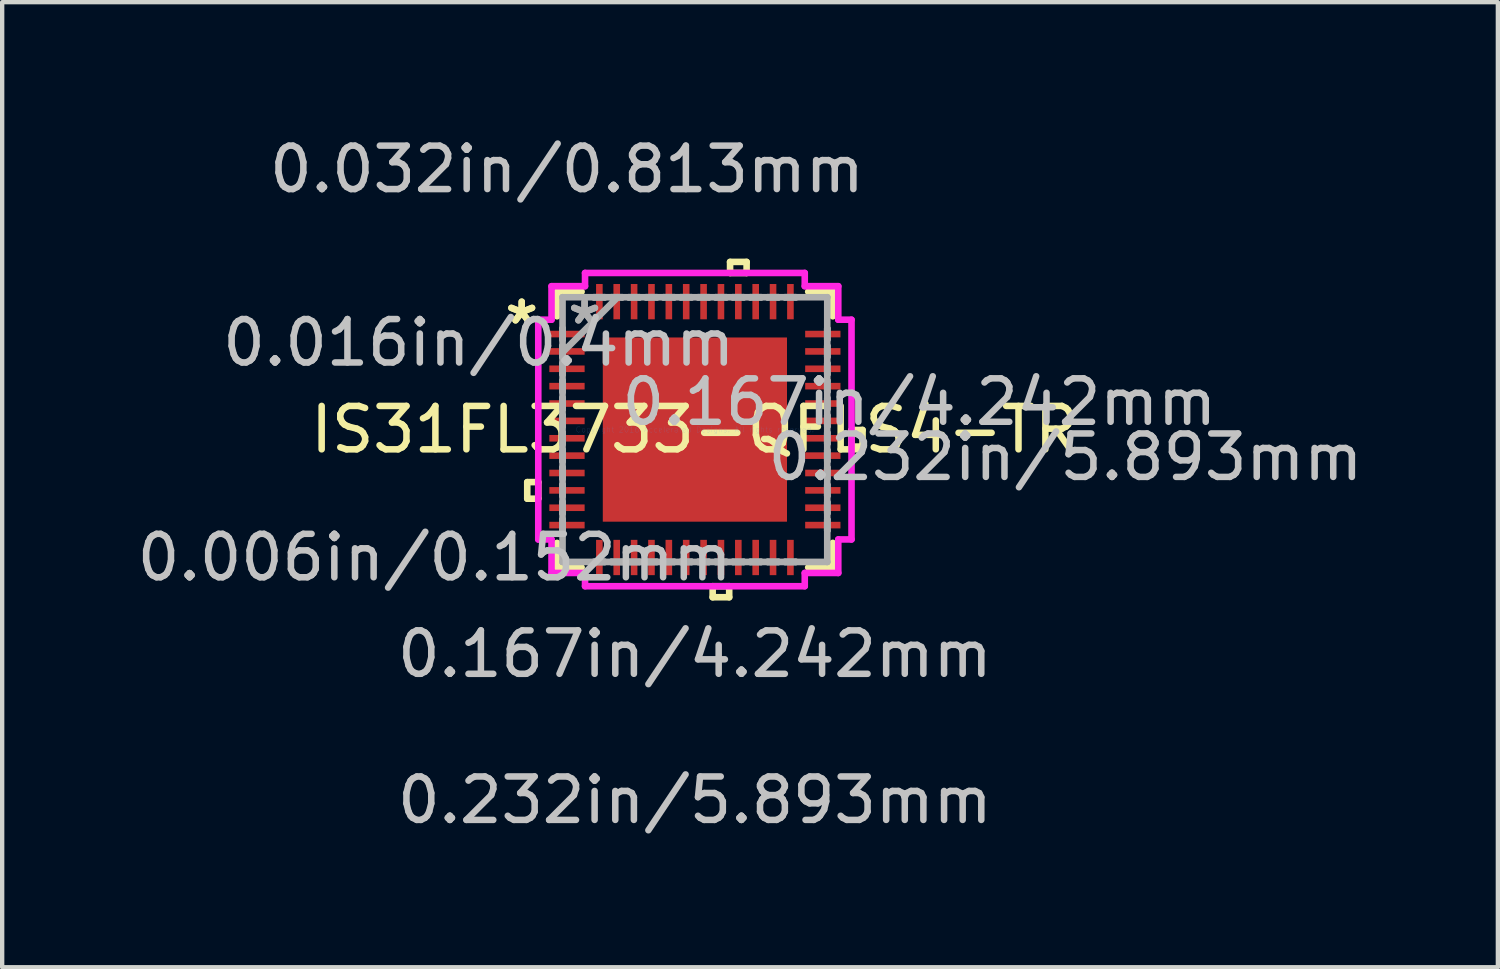
<source format=kicad_pcb>
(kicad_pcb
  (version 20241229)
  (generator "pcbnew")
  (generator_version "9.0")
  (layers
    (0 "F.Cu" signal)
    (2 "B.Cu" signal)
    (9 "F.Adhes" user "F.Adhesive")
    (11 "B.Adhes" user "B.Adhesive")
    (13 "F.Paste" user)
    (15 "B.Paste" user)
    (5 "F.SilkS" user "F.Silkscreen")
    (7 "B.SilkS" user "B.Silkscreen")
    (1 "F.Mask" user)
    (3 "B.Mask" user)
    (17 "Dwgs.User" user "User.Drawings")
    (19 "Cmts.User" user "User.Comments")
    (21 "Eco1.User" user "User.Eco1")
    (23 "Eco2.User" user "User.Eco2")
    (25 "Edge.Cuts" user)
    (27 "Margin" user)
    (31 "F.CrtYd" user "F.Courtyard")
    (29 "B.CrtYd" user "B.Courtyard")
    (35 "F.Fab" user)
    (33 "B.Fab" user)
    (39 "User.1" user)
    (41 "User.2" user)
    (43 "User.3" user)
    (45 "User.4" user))
  (footprint "IS31FL3733-QFLS4-TR"
    (layer "F.Cu")
    (at 12.953 6.843)
    (property "Reference" "IS31FL3733-QFLS4-TR" (at 0 0 0) (layer "F.SilkS") (effects (font (size 1 1) (thickness 0.15))))
    (attr through_hole)
    (fp_line (start -3.861 1.21) (end -3.861 1.591) (stroke (width 0.152) (type solid)) (layer "F.SilkS"))
    (fp_line (start -3.861 1.591) (end -3.607 1.591) (stroke (width 0.152) (type solid)) (layer "F.SilkS"))
    (fp_line (start -3.607 1.21) (end -3.861 1.21) (stroke (width 0.152) (type solid)) (layer "F.SilkS"))
    (fp_line (start -3.607 1.591) (end -3.607 1.21) (stroke (width 0.152) (type solid)) (layer "F.SilkS"))
    (fp_line (start -3.175 -3.175) (end -3.175 -2.609) (stroke (width 0.152) (type solid)) (layer "F.SilkS"))
    (fp_line (start -3.175 2.609) (end -3.175 3.175) (stroke (width 0.152) (type solid)) (layer "F.SilkS"))
    (fp_line (start -3.175 3.175) (end -2.609 3.175) (stroke (width 0.152) (type solid)) (layer "F.SilkS"))
    (fp_line (start -2.609 -3.175) (end -3.175 -3.175) (stroke (width 0.152) (type solid)) (layer "F.SilkS"))
    (fp_line (start 0.409 3.607) (end 0.409 3.861) (stroke (width 0.152) (type solid)) (layer "F.SilkS"))
    (fp_line (start 0.409 3.861) (end 0.79 3.861) (stroke (width 0.152) (type solid)) (layer "F.SilkS"))
    (fp_line (start 0.79 3.607) (end 0.409 3.607) (stroke (width 0.152) (type solid)) (layer "F.SilkS"))
    (fp_line (start 0.79 3.861) (end 0.79 3.607) (stroke (width 0.152) (type solid)) (layer "F.SilkS"))
    (fp_line (start 0.81 -3.861) (end 1.191 -3.861) (stroke (width 0.152) (type solid)) (layer "F.SilkS"))
    (fp_line (start 0.81 -3.607) (end 0.81 -3.861) (stroke (width 0.152) (type solid)) (layer "F.SilkS"))
    (fp_line (start 1.191 -3.861) (end 1.191 -3.607) (stroke (width 0.152) (type solid)) (layer "F.SilkS"))
    (fp_line (start 1.191 -3.607) (end 0.81 -3.607) (stroke (width 0.152) (type solid)) (layer "F.SilkS"))
    (fp_line (start 2.609 3.175) (end 3.175 3.175) (stroke (width 0.152) (type solid)) (layer "F.SilkS"))
    (fp_line (start 3.175 -3.175) (end 2.609 -3.175) (stroke (width 0.152) (type solid)) (layer "F.SilkS"))
    (fp_line (start 3.175 -2.609) (end 3.175 -3.175) (stroke (width 0.152) (type solid)) (layer "F.SilkS"))
    (fp_line (start 3.175 3.175) (end 3.175 2.609) (stroke (width 0.152) (type solid)) (layer "F.SilkS"))
    (fp_line (start 3.607 0.009) (end 3.861 0.009) (stroke (width 0.152) (type solid)) (layer "F.SilkS"))
    (fp_line (start 3.607 0.391) (end 3.607 0.009) (stroke (width 0.152) (type solid)) (layer "F.SilkS"))
    (fp_line (start 3.861 0.009) (end 3.861 0.391) (stroke (width 0.152) (type solid)) (layer "F.SilkS"))
    (fp_line (start 3.861 0.391) (end 3.607 0.391) (stroke (width 0.152) (type solid)) (layer "F.SilkS"))
    (fp_line (start -2.021 -2.021) (end -2.021 -0.807) (stroke (width 0.152) (type solid)) (layer "F.Paste"))
    (fp_line (start -2.021 -0.807) (end -0.807 -0.807) (stroke (width 0.152) (type solid)) (layer "F.Paste"))
    (fp_line (start -2.021 -0.607) (end -2.021 0.607) (stroke (width 0.152) (type solid)) (layer "F.Paste"))
    (fp_line (start -2.021 0.607) (end -0.807 0.607) (stroke (width 0.152) (type solid)) (layer "F.Paste"))
    (fp_line (start -2.021 0.807) (end -2.021 2.021) (stroke (width 0.152) (type solid)) (layer "F.Paste"))
    (fp_line (start -2.021 2.021) (end -0.807 2.021) (stroke (width 0.152) (type solid)) (layer "F.Paste"))
    (fp_line (start -0.807 -2.021) (end -2.021 -2.021) (stroke (width 0.152) (type solid)) (layer "F.Paste"))
    (fp_line (start -0.807 -0.807) (end -0.807 -2.021) (stroke (width 0.152) (type solid)) (layer "F.Paste"))
    (fp_line (start -0.807 -0.607) (end -2.021 -0.607) (stroke (width 0.152) (type solid)) (layer "F.Paste"))
    (fp_line (start -0.807 0.607) (end -0.807 -0.607) (stroke (width 0.152) (type solid)) (layer "F.Paste"))
    (fp_line (start -0.807 0.807) (end -2.021 0.807) (stroke (width 0.152) (type solid)) (layer "F.Paste"))
    (fp_line (start -0.807 2.021) (end -0.807 0.807) (stroke (width 0.152) (type solid)) (layer "F.Paste"))
    (fp_line (start -0.607 -2.021) (end -0.607 -0.807) (stroke (width 0.152) (type solid)) (layer "F.Paste"))
    (fp_line (start -0.607 -0.807) (end 0.607 -0.807) (stroke (width 0.152) (type solid)) (layer "F.Paste"))
    (fp_line (start -0.607 -0.607) (end -0.607 0.607) (stroke (width 0.152) (type solid)) (layer "F.Paste"))
    (fp_line (start -0.607 0.607) (end 0.607 0.607) (stroke (width 0.152) (type solid)) (layer "F.Paste"))
    (fp_line (start -0.607 0.807) (end -0.607 2.021) (stroke (width 0.152) (type solid)) (layer "F.Paste"))
    (fp_line (start -0.607 2.021) (end 0.607 2.021) (stroke (width 0.152) (type solid)) (layer "F.Paste"))
    (fp_line (start 0.607 -2.021) (end -0.607 -2.021) (stroke (width 0.152) (type solid)) (layer "F.Paste"))
    (fp_line (start 0.607 -0.807) (end 0.607 -2.021) (stroke (width 0.152) (type solid)) (layer "F.Paste"))
    (fp_line (start 0.607 -0.607) (end -0.607 -0.607) (stroke (width 0.152) (type solid)) (layer "F.Paste"))
    (fp_line (start 0.607 0.607) (end 0.607 -0.607) (stroke (width 0.152) (type solid)) (layer "F.Paste"))
    (fp_line (start 0.607 0.807) (end -0.607 0.807) (stroke (width 0.152) (type solid)) (layer "F.Paste"))
    (fp_line (start 0.607 2.021) (end 0.607 0.807) (stroke (width 0.152) (type solid)) (layer "F.Paste"))
    (fp_line (start 0.807 -2.021) (end 0.807 -0.807) (stroke (width 0.152) (type solid)) (layer "F.Paste"))
    (fp_line (start 0.807 -0.807) (end 2.021 -0.807) (stroke (width 0.152) (type solid)) (layer "F.Paste"))
    (fp_line (start 0.807 -0.607) (end 0.807 0.607) (stroke (width 0.152) (type solid)) (layer "F.Paste"))
    (fp_line (start 0.807 0.607) (end 2.021 0.607) (stroke (width 0.152) (type solid)) (layer "F.Paste"))
    (fp_line (start 0.807 0.807) (end 0.807 2.021) (stroke (width 0.152) (type solid)) (layer "F.Paste"))
    (fp_line (start 0.807 2.021) (end 2.021 2.021) (stroke (width 0.152) (type solid)) (layer "F.Paste"))
    (fp_line (start 2.021 -2.021) (end 0.807 -2.021) (stroke (width 0.152) (type solid)) (layer "F.Paste"))
    (fp_line (start 2.021 -0.807) (end 2.021 -2.021) (stroke (width 0.152) (type solid)) (layer "F.Paste"))
    (fp_line (start 2.021 -0.607) (end 0.807 -0.607) (stroke (width 0.152) (type solid)) (layer "F.Paste"))
    (fp_line (start 2.021 0.607) (end 2.021 -0.607) (stroke (width 0.152) (type solid)) (layer "F.Paste"))
    (fp_line (start 2.021 0.807) (end 0.807 0.807) (stroke (width 0.152) (type solid)) (layer "F.Paste"))
    (fp_line (start 2.021 2.021) (end 2.021 0.807) (stroke (width 0.152) (type solid)) (layer "F.Paste"))
    (fp_line (start -3.607 -2.53) (end -3.302 -2.53) (stroke (width 0.152) (type solid)) (layer "F.CrtYd"))
    (fp_line (start -3.607 2.53) (end -3.607 -2.53) (stroke (width 0.152) (type solid)) (layer "F.CrtYd"))
    (fp_line (start -3.302 -3.302) (end -2.53 -3.302) (stroke (width 0.152) (type solid)) (layer "F.CrtYd"))
    (fp_line (start -3.302 -2.53) (end -3.302 -3.302) (stroke (width 0.152) (type solid)) (layer "F.CrtYd"))
    (fp_line (start -3.302 2.53) (end -3.607 2.53) (stroke (width 0.152) (type solid)) (layer "F.CrtYd"))
    (fp_line (start -3.302 3.302) (end -3.302 2.53) (stroke (width 0.152) (type solid)) (layer "F.CrtYd"))
    (fp_line (start -2.53 -3.607) (end 2.53 -3.607) (stroke (width 0.152) (type solid)) (layer "F.CrtYd"))
    (fp_line (start -2.53 -3.302) (end -2.53 -3.607) (stroke (width 0.152) (type solid)) (layer "F.CrtYd"))
    (fp_line (start -2.53 3.302) (end -3.302 3.302) (stroke (width 0.152) (type solid)) (layer "F.CrtYd"))
    (fp_line (start -2.53 3.607) (end -2.53 3.302) (stroke (width 0.152) (type solid)) (layer "F.CrtYd"))
    (fp_line (start 2.53 -3.607) (end 2.53 -3.302) (stroke (width 0.152) (type solid)) (layer "F.CrtYd"))
    (fp_line (start 2.53 -3.302) (end 3.302 -3.302) (stroke (width 0.152) (type solid)) (layer "F.CrtYd"))
    (fp_line (start 2.53 3.302) (end 2.53 3.607) (stroke (width 0.152) (type solid)) (layer "F.CrtYd"))
    (fp_line (start 2.53 3.607) (end -2.53 3.607) (stroke (width 0.152) (type solid)) (layer "F.CrtYd"))
    (fp_line (start 3.302 -3.302) (end 3.302 -2.53) (stroke (width 0.152) (type solid)) (layer "F.CrtYd"))
    (fp_line (start 3.302 -2.53) (end 3.607 -2.53) (stroke (width 0.152) (type solid)) (layer "F.CrtYd"))
    (fp_line (start 3.302 2.53) (end 3.302 3.302) (stroke (width 0.152) (type solid)) (layer "F.CrtYd"))
    (fp_line (start 3.302 3.302) (end 2.53 3.302) (stroke (width 0.152) (type solid)) (layer "F.CrtYd"))
    (fp_line (start 3.607 -2.53) (end 3.607 2.53) (stroke (width 0.152) (type solid)) (layer "F.CrtYd"))
    (fp_line (start 3.607 2.53) (end 3.302 2.53) (stroke (width 0.152) (type solid)) (layer "F.CrtYd"))
    (fp_line (start -3.048 -3.048) (end -3.048 -3.048) (stroke (width 0.152) (type solid)) (layer "F.Fab"))
    (fp_line (start -3.048 -3.048) (end -3.048 3.048) (stroke (width 0.152) (type solid)) (layer "F.Fab"))
    (fp_line (start -3.048 -2.327) (end -3.048 -2.327) (stroke (width 0.152) (type solid)) (layer "F.Fab"))
    (fp_line (start -3.048 -2.327) (end -3.048 -2.073) (stroke (width 0.152) (type solid)) (layer "F.Fab"))
    (fp_line (start -3.048 -2.073) (end -3.048 -2.327) (stroke (width 0.152) (type solid)) (layer "F.Fab"))
    (fp_line (start -3.048 -2.073) (end -3.048 -2.073) (stroke (width 0.152) (type solid)) (layer "F.Fab"))
    (fp_line (start -3.048 -1.927) (end -3.048 -1.927) (stroke (width 0.152) (type solid)) (layer "F.Fab"))
    (fp_line (start -3.048 -1.927) (end -3.048 -1.673) (stroke (width 0.152) (type solid)) (layer "F.Fab"))
    (fp_line (start -3.048 -1.778) (end -1.778 -3.048) (stroke (width 0.152) (type solid)) (layer "F.Fab"))
    (fp_line (start -3.048 -1.673) (end -3.048 -1.927) (stroke (width 0.152) (type solid)) (layer "F.Fab"))
    (fp_line (start -3.048 -1.673) (end -3.048 -1.673) (stroke (width 0.152) (type solid)) (layer "F.Fab"))
    (fp_line (start -3.048 -1.527) (end -3.048 -1.527) (stroke (width 0.152) (type solid)) (layer "F.Fab"))
    (fp_line (start -3.048 -1.527) (end -3.048 -1.273) (stroke (width 0.152) (type solid)) (layer "F.Fab"))
    (fp_line (start -3.048 -1.273) (end -3.048 -1.527) (stroke (width 0.152) (type solid)) (layer "F.Fab"))
    (fp_line (start -3.048 -1.273) (end -3.048 -1.273) (stroke (width 0.152) (type solid)) (layer "F.Fab"))
    (fp_line (start -3.048 -1.127) (end -3.048 -1.127) (stroke (width 0.152) (type solid)) (layer "F.Fab"))
    (fp_line (start -3.048 -1.127) (end -3.048 -0.873) (stroke (width 0.152) (type solid)) (layer "F.Fab"))
    (fp_line (start -3.048 -0.873) (end -3.048 -1.127) (stroke (width 0.152) (type solid)) (layer "F.Fab"))
    (fp_line (start -3.048 -0.873) (end -3.048 -0.873) (stroke (width 0.152) (type solid)) (layer "F.Fab"))
    (fp_line (start -3.048 -0.727) (end -3.048 -0.727) (stroke (width 0.152) (type solid)) (layer "F.Fab"))
    (fp_line (start -3.048 -0.727) (end -3.048 -0.473) (stroke (width 0.152) (type solid)) (layer "F.Fab"))
    (fp_line (start -3.048 -0.473) (end -3.048 -0.727) (stroke (width 0.152) (type solid)) (layer "F.Fab"))
    (fp_line (start -3.048 -0.473) (end -3.048 -0.473) (stroke (width 0.152) (type solid)) (layer "F.Fab"))
    (fp_line (start -3.048 -0.327) (end -3.048 -0.327) (stroke (width 0.152) (type solid)) (layer "F.Fab"))
    (fp_line (start -3.048 -0.327) (end -3.048 -0.073) (stroke (width 0.152) (type solid)) (layer "F.Fab"))
    (fp_line (start -3.048 -0.073) (end -3.048 -0.327) (stroke (width 0.152) (type solid)) (layer "F.Fab"))
    (fp_line (start -3.048 -0.073) (end -3.048 -0.073) (stroke (width 0.152) (type solid)) (layer "F.Fab"))
    (fp_line (start -3.048 0.073) (end -3.048 0.073) (stroke (width 0.152) (type solid)) (layer "F.Fab"))
    (fp_line (start -3.048 0.073) (end -3.048 0.327) (stroke (width 0.152) (type solid)) (layer "F.Fab"))
    (fp_line (start -3.048 0.327) (end -3.048 0.073) (stroke (width 0.152) (type solid)) (layer "F.Fab"))
    (fp_line (start -3.048 0.327) (end -3.048 0.327) (stroke (width 0.152) (type solid)) (layer "F.Fab"))
    (fp_line (start -3.048 0.473) (end -3.048 0.473) (stroke (width 0.152) (type solid)) (layer "F.Fab"))
    (fp_line (start -3.048 0.473) (end -3.048 0.727) (stroke (width 0.152) (type solid)) (layer "F.Fab"))
    (fp_line (start -3.048 0.727) (end -3.048 0.473) (stroke (width 0.152) (type solid)) (layer "F.Fab"))
    (fp_line (start -3.048 0.727) (end -3.048 0.727) (stroke (width 0.152) (type solid)) (layer "F.Fab"))
    (fp_line (start -3.048 0.873) (end -3.048 0.873) (stroke (width 0.152) (type solid)) (layer "F.Fab"))
    (fp_line (start -3.048 0.873) (end -3.048 1.127) (stroke (width 0.152) (type solid)) (layer "F.Fab"))
    (fp_line (start -3.048 1.127) (end -3.048 0.873) (stroke (width 0.152) (type solid)) (layer "F.Fab"))
    (fp_line (start -3.048 1.127) (end -3.048 1.127) (stroke (width 0.152) (type solid)) (layer "F.Fab"))
    (fp_line (start -3.048 1.273) (end -3.048 1.273) (stroke (width 0.152) (type solid)) (layer "F.Fab"))
    (fp_line (start -3.048 1.273) (end -3.048 1.527) (stroke (width 0.152) (type solid)) (layer "F.Fab"))
    (fp_line (start -3.048 1.527) (end -3.048 1.273) (stroke (width 0.152) (type solid)) (layer "F.Fab"))
    (fp_line (start -3.048 1.527) (end -3.048 1.527) (stroke (width 0.152) (type solid)) (layer "F.Fab"))
    (fp_line (start -3.048 1.673) (end -3.048 1.673) (stroke (width 0.152) (type solid)) (layer "F.Fab"))
    (fp_line (start -3.048 1.673) (end -3.048 1.927) (stroke (width 0.152) (type solid)) (layer "F.Fab"))
    (fp_line (start -3.048 1.927) (end -3.048 1.673) (stroke (width 0.152) (type solid)) (layer "F.Fab"))
    (fp_line (start -3.048 1.927) (end -3.048 1.927) (stroke (width 0.152) (type solid)) (layer "F.Fab"))
    (fp_line (start -3.048 2.073) (end -3.048 2.073) (stroke (width 0.152) (type solid)) (layer "F.Fab"))
    (fp_line (start -3.048 2.073) (end -3.048 2.327) (stroke (width 0.152) (type solid)) (layer "F.Fab"))
    (fp_line (start -3.048 2.327) (end -3.048 2.073) (stroke (width 0.152) (type solid)) (layer "F.Fab"))
    (fp_line (start -3.048 2.327) (end -3.048 2.327) (stroke (width 0.152) (type solid)) (layer "F.Fab"))
    (fp_line (start -3.048 3.048) (end -3.048 3.048) (stroke (width 0.152) (type solid)) (layer "F.Fab"))
    (fp_line (start -3.048 3.048) (end 3.048 3.048) (stroke (width 0.152) (type solid)) (layer "F.Fab"))
    (fp_line (start -2.327 -3.048) (end -2.327 -3.048) (stroke (width 0.152) (type solid)) (layer "F.Fab"))
    (fp_line (start -2.327 -3.048) (end -2.073 -3.048) (stroke (width 0.152) (type solid)) (layer "F.Fab"))
    (fp_line (start -2.327 3.048) (end -2.327 3.048) (stroke (width 0.152) (type solid)) (layer "F.Fab"))
    (fp_line (start -2.327 3.048) (end -2.073 3.048) (stroke (width 0.152) (type solid)) (layer "F.Fab"))
    (fp_line (start -2.073 -3.048) (end -2.327 -3.048) (stroke (width 0.152) (type solid)) (layer "F.Fab"))
    (fp_line (start -2.073 -3.048) (end -2.073 -3.048) (stroke (width 0.152) (type solid)) (layer "F.Fab"))
    (fp_line (start -2.073 3.048) (end -2.327 3.048) (stroke (width 0.152) (type solid)) (layer "F.Fab"))
    (fp_line (start -2.073 3.048) (end -2.073 3.048) (stroke (width 0.152) (type solid)) (layer "F.Fab"))
    (fp_line (start -1.927 -3.048) (end -1.927 -3.048) (stroke (width 0.152) (type solid)) (layer "F.Fab"))
    (fp_line (start -1.927 -3.048) (end -1.673 -3.048) (stroke (width 0.152) (type solid)) (layer "F.Fab"))
    (fp_line (start -1.927 3.048) (end -1.927 3.048) (stroke (width 0.152) (type solid)) (layer "F.Fab"))
    (fp_line (start -1.927 3.048) (end -1.673 3.048) (stroke (width 0.152) (type solid)) (layer "F.Fab"))
    (fp_line (start -1.673 -3.048) (end -1.927 -3.048) (stroke (width 0.152) (type solid)) (layer "F.Fab"))
    (fp_line (start -1.673 -3.048) (end -1.673 -3.048) (stroke (width 0.152) (type solid)) (layer "F.Fab"))
    (fp_line (start -1.673 3.048) (end -1.927 3.048) (stroke (width 0.152) (type solid)) (layer "F.Fab"))
    (fp_line (start -1.673 3.048) (end -1.673 3.048) (stroke (width 0.152) (type solid)) (layer "F.Fab"))
    (fp_line (start -1.527 -3.048) (end -1.527 -3.048) (stroke (width 0.152) (type solid)) (layer "F.Fab"))
    (fp_line (start -1.527 -3.048) (end -1.273 -3.048) (stroke (width 0.152) (type solid)) (layer "F.Fab"))
    (fp_line (start -1.527 3.048) (end -1.527 3.048) (stroke (width 0.152) (type solid)) (layer "F.Fab"))
    (fp_line (start -1.527 3.048) (end -1.273 3.048) (stroke (width 0.152) (type solid)) (layer "F.Fab"))
    (fp_line (start -1.273 -3.048) (end -1.527 -3.048) (stroke (width 0.152) (type solid)) (layer "F.Fab"))
    (fp_line (start -1.273 -3.048) (end -1.273 -3.048) (stroke (width 0.152) (type solid)) (layer "F.Fab"))
    (fp_line (start -1.273 3.048) (end -1.527 3.048) (stroke (width 0.152) (type solid)) (layer "F.Fab"))
    (fp_line (start -1.273 3.048) (end -1.273 3.048) (stroke (width 0.152) (type solid)) (layer "F.Fab"))
    (fp_line (start -1.127 -3.048) (end -1.127 -3.048) (stroke (width 0.152) (type solid)) (layer "F.Fab"))
    (fp_line (start -1.127 -3.048) (end -0.873 -3.048) (stroke (width 0.152) (type solid)) (layer "F.Fab"))
    (fp_line (start -1.127 3.048) (end -1.127 3.048) (stroke (width 0.152) (type solid)) (layer "F.Fab"))
    (fp_line (start -1.127 3.048) (end -0.873 3.048) (stroke (width 0.152) (type solid)) (layer "F.Fab"))
    (fp_line (start -0.873 -3.048) (end -1.127 -3.048) (stroke (width 0.152) (type solid)) (layer "F.Fab"))
    (fp_line (start -0.873 -3.048) (end -0.873 -3.048) (stroke (width 0.152) (type solid)) (layer "F.Fab"))
    (fp_line (start -0.873 3.048) (end -1.127 3.048) (stroke (width 0.152) (type solid)) (layer "F.Fab"))
    (fp_line (start -0.873 3.048) (end -0.873 3.048) (stroke (width 0.152) (type solid)) (layer "F.Fab"))
    (fp_line (start -0.727 -3.048) (end -0.727 -3.048) (stroke (width 0.152) (type solid)) (layer "F.Fab"))
    (fp_line (start -0.727 -3.048) (end -0.473 -3.048) (stroke (width 0.152) (type solid)) (layer "F.Fab"))
    (fp_line (start -0.727 3.048) (end -0.727 3.048) (stroke (width 0.152) (type solid)) (layer "F.Fab"))
    (fp_line (start -0.727 3.048) (end -0.473 3.048) (stroke (width 0.152) (type solid)) (layer "F.Fab"))
    (fp_line (start -0.473 -3.048) (end -0.727 -3.048) (stroke (width 0.152) (type solid)) (layer "F.Fab"))
    (fp_line (start -0.473 -3.048) (end -0.473 -3.048) (stroke (width 0.152) (type solid)) (layer "F.Fab"))
    (fp_line (start -0.473 3.048) (end -0.727 3.048) (stroke (width 0.152) (type solid)) (layer "F.Fab"))
    (fp_line (start -0.473 3.048) (end -0.473 3.048) (stroke (width 0.152) (type solid)) (layer "F.Fab"))
    (fp_line (start -0.327 -3.048) (end -0.327 -3.048) (stroke (width 0.152) (type solid)) (layer "F.Fab"))
    (fp_line (start -0.327 -3.048) (end -0.073 -3.048) (stroke (width 0.152) (type solid)) (layer "F.Fab"))
    (fp_line (start -0.327 3.048) (end -0.327 3.048) (stroke (width 0.152) (type solid)) (layer "F.Fab"))
    (fp_line (start -0.327 3.048) (end -0.073 3.048) (stroke (width 0.152) (type solid)) (layer "F.Fab"))
    (fp_line (start -0.073 -3.048) (end -0.327 -3.048) (stroke (width 0.152) (type solid)) (layer "F.Fab"))
    (fp_line (start -0.073 -3.048) (end -0.073 -3.048) (stroke (width 0.152) (type solid)) (layer "F.Fab"))
    (fp_line (start -0.073 3.048) (end -0.327 3.048) (stroke (width 0.152) (type solid)) (layer "F.Fab"))
    (fp_line (start -0.073 3.048) (end -0.073 3.048) (stroke (width 0.152) (type solid)) (layer "F.Fab"))
    (fp_line (start 0.073 -3.048) (end 0.073 -3.048) (stroke (width 0.152) (type solid)) (layer "F.Fab"))
    (fp_line (start 0.073 -3.048) (end 0.327 -3.048) (stroke (width 0.152) (type solid)) (layer "F.Fab"))
    (fp_line (start 0.073 3.048) (end 0.073 3.048) (stroke (width 0.152) (type solid)) (layer "F.Fab"))
    (fp_line (start 0.073 3.048) (end 0.327 3.048) (stroke (width 0.152) (type solid)) (layer "F.Fab"))
    (fp_line (start 0.327 -3.048) (end 0.073 -3.048) (stroke (width 0.152) (type solid)) (layer "F.Fab"))
    (fp_line (start 0.327 -3.048) (end 0.327 -3.048) (stroke (width 0.152) (type solid)) (layer "F.Fab"))
    (fp_line (start 0.327 3.048) (end 0.073 3.048) (stroke (width 0.152) (type solid)) (layer "F.Fab"))
    (fp_line (start 0.327 3.048) (end 0.327 3.048) (stroke (width 0.152) (type solid)) (layer "F.Fab"))
    (fp_line (start 0.473 -3.048) (end 0.473 -3.048) (stroke (width 0.152) (type solid)) (layer "F.Fab"))
    (fp_line (start 0.473 -3.048) (end 0.727 -3.048) (stroke (width 0.152) (type solid)) (layer "F.Fab"))
    (fp_line (start 0.473 3.048) (end 0.473 3.048) (stroke (width 0.152) (type solid)) (layer "F.Fab"))
    (fp_line (start 0.473 3.048) (end 0.727 3.048) (stroke (width 0.152) (type solid)) (layer "F.Fab"))
    (fp_line (start 0.727 -3.048) (end 0.473 -3.048) (stroke (width 0.152) (type solid)) (layer "F.Fab"))
    (fp_line (start 0.727 -3.048) (end 0.727 -3.048) (stroke (width 0.152) (type solid)) (layer "F.Fab"))
    (fp_line (start 0.727 3.048) (end 0.473 3.048) (stroke (width 0.152) (type solid)) (layer "F.Fab"))
    (fp_line (start 0.727 3.048) (end 0.727 3.048) (stroke (width 0.152) (type solid)) (layer "F.Fab"))
    (fp_line (start 0.873 -3.048) (end 0.873 -3.048) (stroke (width 0.152) (type solid)) (layer "F.Fab"))
    (fp_line (start 0.873 -3.048) (end 1.127 -3.048) (stroke (width 0.152) (type solid)) (layer "F.Fab"))
    (fp_line (start 0.873 3.048) (end 0.873 3.048) (stroke (width 0.152) (type solid)) (layer "F.Fab"))
    (fp_line (start 0.873 3.048) (end 1.127 3.048) (stroke (width 0.152) (type solid)) (layer "F.Fab"))
    (fp_line (start 1.127 -3.048) (end 0.873 -3.048) (stroke (width 0.152) (type solid)) (layer "F.Fab"))
    (fp_line (start 1.127 -3.048) (end 1.127 -3.048) (stroke (width 0.152) (type solid)) (layer "F.Fab"))
    (fp_line (start 1.127 3.048) (end 0.873 3.048) (stroke (width 0.152) (type solid)) (layer "F.Fab"))
    (fp_line (start 1.127 3.048) (end 1.127 3.048) (stroke (width 0.152) (type solid)) (layer "F.Fab"))
    (fp_line (start 1.273 -3.048) (end 1.273 -3.048) (stroke (width 0.152) (type solid)) (layer "F.Fab"))
    (fp_line (start 1.273 -3.048) (end 1.527 -3.048) (stroke (width 0.152) (type solid)) (layer "F.Fab"))
    (fp_line (start 1.273 3.048) (end 1.273 3.048) (stroke (width 0.152) (type solid)) (layer "F.Fab"))
    (fp_line (start 1.273 3.048) (end 1.527 3.048) (stroke (width 0.152) (type solid)) (layer "F.Fab"))
    (fp_line (start 1.527 -3.048) (end 1.273 -3.048) (stroke (width 0.152) (type solid)) (layer "F.Fab"))
    (fp_line (start 1.527 -3.048) (end 1.527 -3.048) (stroke (width 0.152) (type solid)) (layer "F.Fab"))
    (fp_line (start 1.527 3.048) (end 1.273 3.048) (stroke (width 0.152) (type solid)) (layer "F.Fab"))
    (fp_line (start 1.527 3.048) (end 1.527 3.048) (stroke (width 0.152) (type solid)) (layer "F.Fab"))
    (fp_line (start 1.673 -3.048) (end 1.673 -3.048) (stroke (width 0.152) (type solid)) (layer "F.Fab"))
    (fp_line (start 1.673 -3.048) (end 1.927 -3.048) (stroke (width 0.152) (type solid)) (layer "F.Fab"))
    (fp_line (start 1.673 3.048) (end 1.673 3.048) (stroke (width 0.152) (type solid)) (layer "F.Fab"))
    (fp_line (start 1.673 3.048) (end 1.927 3.048) (stroke (width 0.152) (type solid)) (layer "F.Fab"))
    (fp_line (start 1.927 -3.048) (end 1.673 -3.048) (stroke (width 0.152) (type solid)) (layer "F.Fab"))
    (fp_line (start 1.927 -3.048) (end 1.927 -3.048) (stroke (width 0.152) (type solid)) (layer "F.Fab"))
    (fp_line (start 1.927 3.048) (end 1.673 3.048) (stroke (width 0.152) (type solid)) (layer "F.Fab"))
    (fp_line (start 1.927 3.048) (end 1.927 3.048) (stroke (width 0.152) (type solid)) (layer "F.Fab"))
    (fp_line (start 2.073 -3.048) (end 2.073 -3.048) (stroke (width 0.152) (type solid)) (layer "F.Fab"))
    (fp_line (start 2.073 -3.048) (end 2.327 -3.048) (stroke (width 0.152) (type solid)) (layer "F.Fab"))
    (fp_line (start 2.073 3.048) (end 2.073 3.048) (stroke (width 0.152) (type solid)) (layer "F.Fab"))
    (fp_line (start 2.073 3.048) (end 2.327 3.048) (stroke (width 0.152) (type solid)) (layer "F.Fab"))
    (fp_line (start 2.327 -3.048) (end 2.073 -3.048) (stroke (width 0.152) (type solid)) (layer "F.Fab"))
    (fp_line (start 2.327 -3.048) (end 2.327 -3.048) (stroke (width 0.152) (type solid)) (layer "F.Fab"))
    (fp_line (start 2.327 3.048) (end 2.073 3.048) (stroke (width 0.152) (type solid)) (layer "F.Fab"))
    (fp_line (start 2.327 3.048) (end 2.327 3.048) (stroke (width 0.152) (type solid)) (layer "F.Fab"))
    (fp_line (start 3.048 -3.048) (end -3.048 -3.048) (stroke (width 0.152) (type solid)) (layer "F.Fab"))
    (fp_line (start 3.048 -3.048) (end 3.048 -3.048) (stroke (width 0.152) (type solid)) (layer "F.Fab"))
    (fp_line (start 3.048 -2.327) (end 3.048 -2.327) (stroke (width 0.152) (type solid)) (layer "F.Fab"))
    (fp_line (start 3.048 -2.327) (end 3.048 -2.073) (stroke (width 0.152) (type solid)) (layer "F.Fab"))
    (fp_line (start 3.048 -2.073) (end 3.048 -2.327) (stroke (width 0.152) (type solid)) (layer "F.Fab"))
    (fp_line (start 3.048 -2.073) (end 3.048 -2.073) (stroke (width 0.152) (type solid)) (layer "F.Fab"))
    (fp_line (start 3.048 -1.927) (end 3.048 -1.927) (stroke (width 0.152) (type solid)) (layer "F.Fab"))
    (fp_line (start 3.048 -1.927) (end 3.048 -1.673) (stroke (width 0.152) (type solid)) (layer "F.Fab"))
    (fp_line (start 3.048 -1.673) (end 3.048 -1.927) (stroke (width 0.152) (type solid)) (layer "F.Fab"))
    (fp_line (start 3.048 -1.673) (end 3.048 -1.673) (stroke (width 0.152) (type solid)) (layer "F.Fab"))
    (fp_line (start 3.048 -1.527) (end 3.048 -1.527) (stroke (width 0.152) (type solid)) (layer "F.Fab"))
    (fp_line (start 3.048 -1.527) (end 3.048 -1.273) (stroke (width 0.152) (type solid)) (layer "F.Fab"))
    (fp_line (start 3.048 -1.273) (end 3.048 -1.527) (stroke (width 0.152) (type solid)) (layer "F.Fab"))
    (fp_line (start 3.048 -1.273) (end 3.048 -1.273) (stroke (width 0.152) (type solid)) (layer "F.Fab"))
    (fp_line (start 3.048 -1.127) (end 3.048 -1.127) (stroke (width 0.152) (type solid)) (layer "F.Fab"))
    (fp_line (start 3.048 -1.127) (end 3.048 -0.873) (stroke (width 0.152) (type solid)) (layer "F.Fab"))
    (fp_line (start 3.048 -0.873) (end 3.048 -1.127) (stroke (width 0.152) (type solid)) (layer "F.Fab"))
    (fp_line (start 3.048 -0.873) (end 3.048 -0.873) (stroke (width 0.152) (type solid)) (layer "F.Fab"))
    (fp_line (start 3.048 -0.727) (end 3.048 -0.727) (stroke (width 0.152) (type solid)) (layer "F.Fab"))
    (fp_line (start 3.048 -0.727) (end 3.048 -0.473) (stroke (width 0.152) (type solid)) (layer "F.Fab"))
    (fp_line (start 3.048 -0.473) (end 3.048 -0.727) (stroke (width 0.152) (type solid)) (layer "F.Fab"))
    (fp_line (start 3.048 -0.473) (end 3.048 -0.473) (stroke (width 0.152) (type solid)) (layer "F.Fab"))
    (fp_line (start 3.048 -0.327) (end 3.048 -0.327) (stroke (width 0.152) (type solid)) (layer "F.Fab"))
    (fp_line (start 3.048 -0.327) (end 3.048 -0.073) (stroke (width 0.152) (type solid)) (layer "F.Fab"))
    (fp_line (start 3.048 -0.073) (end 3.048 -0.327) (stroke (width 0.152) (type solid)) (layer "F.Fab"))
    (fp_line (start 3.048 -0.073) (end 3.048 -0.073) (stroke (width 0.152) (type solid)) (layer "F.Fab"))
    (fp_line (start 3.048 0.073) (end 3.048 0.073) (stroke (width 0.152) (type solid)) (layer "F.Fab"))
    (fp_line (start 3.048 0.073) (end 3.048 0.327) (stroke (width 0.152) (type solid)) (layer "F.Fab"))
    (fp_line (start 3.048 0.327) (end 3.048 0.073) (stroke (width 0.152) (type solid)) (layer "F.Fab"))
    (fp_line (start 3.048 0.327) (end 3.048 0.327) (stroke (width 0.152) (type solid)) (layer "F.Fab"))
    (fp_line (start 3.048 0.473) (end 3.048 0.473) (stroke (width 0.152) (type solid)) (layer "F.Fab"))
    (fp_line (start 3.048 0.473) (end 3.048 0.727) (stroke (width 0.152) (type solid)) (layer "F.Fab"))
    (fp_line (start 3.048 0.727) (end 3.048 0.473) (stroke (width 0.152) (type solid)) (layer "F.Fab"))
    (fp_line (start 3.048 0.727) (end 3.048 0.727) (stroke (width 0.152) (type solid)) (layer "F.Fab"))
    (fp_line (start 3.048 0.873) (end 3.048 0.873) (stroke (width 0.152) (type solid)) (layer "F.Fab"))
    (fp_line (start 3.048 0.873) (end 3.048 1.127) (stroke (width 0.152) (type solid)) (layer "F.Fab"))
    (fp_line (start 3.048 1.127) (end 3.048 0.873) (stroke (width 0.152) (type solid)) (layer "F.Fab"))
    (fp_line (start 3.048 1.127) (end 3.048 1.127) (stroke (width 0.152) (type solid)) (layer "F.Fab"))
    (fp_line (start 3.048 1.273) (end 3.048 1.273) (stroke (width 0.152) (type solid)) (layer "F.Fab"))
    (fp_line (start 3.048 1.273) (end 3.048 1.527) (stroke (width 0.152) (type solid)) (layer "F.Fab"))
    (fp_line (start 3.048 1.527) (end 3.048 1.273) (stroke (width 0.152) (type solid)) (layer "F.Fab"))
    (fp_line (start 3.048 1.527) (end 3.048 1.527) (stroke (width 0.152) (type solid)) (layer "F.Fab"))
    (fp_line (start 3.048 1.673) (end 3.048 1.673) (stroke (width 0.152) (type solid)) (layer "F.Fab"))
    (fp_line (start 3.048 1.673) (end 3.048 1.927) (stroke (width 0.152) (type solid)) (layer "F.Fab"))
    (fp_line (start 3.048 1.927) (end 3.048 1.673) (stroke (width 0.152) (type solid)) (layer "F.Fab"))
    (fp_line (start 3.048 1.927) (end 3.048 1.927) (stroke (width 0.152) (type solid)) (layer "F.Fab"))
    (fp_line (start 3.048 2.073) (end 3.048 2.073) (stroke (width 0.152) (type solid)) (layer "F.Fab"))
    (fp_line (start 3.048 2.073) (end 3.048 2.327) (stroke (width 0.152) (type solid)) (layer "F.Fab"))
    (fp_line (start 3.048 2.327) (end 3.048 2.073) (stroke (width 0.152) (type solid)) (layer "F.Fab"))
    (fp_line (start 3.048 2.327) (end 3.048 2.327) (stroke (width 0.152) (type solid)) (layer "F.Fab"))
    (fp_line (start 3.048 3.048) (end 3.048 -3.048) (stroke (width 0.152) (type solid)) (layer "F.Fab"))
    (fp_line (start 3.048 3.048) (end 3.048 3.048) (stroke (width 0.152) (type solid)) (layer "F.Fab"))
    (fp_text user "*" (at -3.988 -2.4 0) (layer "F.SilkS") (effects (font (size 1 1) (thickness 0.15))))
    (fp_text user "*" (at -3.988 -2.4 0) (layer "F.SilkS") (effects (font (size 1 1) (thickness 0.15))))
    (fp_text user "0.016in/0.4mm" (at -4.978 -2 0) (layer "Dwgs.User") (effects (font (size 1 1) (thickness 0.15))))
    (fp_text user "0.167in/4.242mm" (at 5.169 -0.635 0) (layer "Dwgs.User") (effects (font (size 1 1) (thickness 0.15))))
    (fp_text user "0.006in/0.152mm" (at -5.994 2.946 0) (layer "Dwgs.User") (effects (font (size 1 1) (thickness 0.15))))
    (fp_text user "0.232in/5.893mm" (at 8.534 0.635 0) (layer "Dwgs.User") (effects (font (size 1 1) (thickness 0.15))))
    (fp_text user "0.032in/0.813mm" (at -2.946 -5.994 0) (layer "Dwgs.User") (effects (font (size 1 1) (thickness 0.15))))
    (fp_text user "0.232in/5.893mm" (at 0 8.534 0) (layer "Dwgs.User") (effects (font (size 1 1) (thickness 0.15))))
    (fp_text user "0.167in/4.242mm" (at 0 5.169 0) (layer "Dwgs.User") (effects (font (size 1 1) (thickness 0.15))))
    (fp_text user "Copyright 2016 Accelerated Designs. All rights reserved." (at 0 0 0) (layer "Cmts.User") (effects (font (size 0.127 0.127) (thickness 0.002))))
    (fp_text user "*" (at -2.54 -2.4 0) (layer "F.Fab") (effects (font (size 1 1) (thickness 0.15))))
    (fp_text user "*" (at -2.54 -2.4 0) (layer "F.Fab") (effects (font (size 1 1) (thickness 0.15))))
    (pad "1" smd rect (at -2.946 -2.2 90) (size 0.152 0.813) (layers "F.Cu" "F.Mask" "F.Paste"))
    (pad "2" smd rect (at -2.946 -1.8 90) (size 0.152 0.813) (layers "F.Cu" "F.Mask" "F.Paste"))
    (pad "3" smd rect (at -2.946 -1.4 90) (size 0.152 0.813) (layers "F.Cu" "F.Mask" "F.Paste"))
    (pad "4" smd rect (at -2.946 -1 90) (size 0.152 0.813) (layers "F.Cu" "F.Mask" "F.Paste"))
    (pad "5" smd rect (at -2.946 -0.6 90) (size 0.152 0.813) (layers "F.Cu" "F.Mask" "F.Paste"))
    (pad "6" smd rect (at -2.946 -0.2 90) (size 0.152 0.813) (layers "F.Cu" "F.Mask" "F.Paste"))
    (pad "7" smd rect (at -2.946 0.2 90) (size 0.152 0.813) (layers "F.Cu" "F.Mask" "F.Paste"))
    (pad "8" smd rect (at -2.946 0.6 90) (size 0.152 0.813) (layers "F.Cu" "F.Mask" "F.Paste"))
    (pad "9" smd rect (at -2.946 1 90) (size 0.152 0.813) (layers "F.Cu" "F.Mask" "F.Paste"))
    (pad "10" smd rect (at -2.946 1.4 90) (size 0.152 0.813) (layers "F.Cu" "F.Mask" "F.Paste"))
    (pad "11" smd rect (at -2.946 1.8 90) (size 0.152 0.813) (layers "F.Cu" "F.Mask" "F.Paste"))
    (pad "12" smd rect (at -2.946 2.2 90) (size 0.152 0.813) (layers "F.Cu" "F.Mask" "F.Paste"))
    (pad "13" smd rect (at -2.2 2.946) (size 0.152 0.813) (layers "F.Cu" "F.Mask" "F.Paste"))
    (pad "14" smd rect (at -1.8 2.946) (size 0.152 0.813) (layers "F.Cu" "F.Mask" "F.Paste"))
    (pad "15" smd rect (at -1.4 2.946) (size 0.152 0.813) (layers "F.Cu" "F.Mask" "F.Paste"))
    (pad "16" smd rect (at -1 2.946) (size 0.152 0.813) (layers "F.Cu" "F.Mask" "F.Paste"))
    (pad "17" smd rect (at -0.6 2.946) (size 0.152 0.813) (layers "F.Cu" "F.Mask" "F.Paste"))
    (pad "18" smd rect (at -0.2 2.946) (size 0.152 0.813) (layers "F.Cu" "F.Mask" "F.Paste"))
    (pad "19" smd rect (at 0.2 2.946) (size 0.152 0.813) (layers "F.Cu" "F.Mask" "F.Paste"))
    (pad "20" smd rect (at 0.6 2.946) (size 0.152 0.813) (layers "F.Cu" "F.Mask" "F.Paste"))
    (pad "21" smd rect (at 1 2.946) (size 0.152 0.813) (layers "F.Cu" "F.Mask" "F.Paste"))
    (pad "22" smd rect (at 1.4 2.946) (size 0.152 0.813) (layers "F.Cu" "F.Mask" "F.Paste"))
    (pad "23" smd rect (at 1.8 2.946) (size 0.152 0.813) (layers "F.Cu" "F.Mask" "F.Paste"))
    (pad "24" smd rect (at 2.2 2.946) (size 0.152 0.813) (layers "F.Cu" "F.Mask" "F.Paste"))
    (pad "25" smd rect (at 2.946 2.2 90) (size 0.152 0.813) (layers "F.Cu" "F.Mask" "F.Paste"))
    (pad "26" smd rect (at 2.946 1.8 90) (size 0.152 0.813) (layers "F.Cu" "F.Mask" "F.Paste"))
    (pad "27" smd rect (at 2.946 1.4 90) (size 0.152 0.813) (layers "F.Cu" "F.Mask" "F.Paste"))
    (pad "28" smd rect (at 2.946 1 90) (size 0.152 0.813) (layers "F.Cu" "F.Mask" "F.Paste"))
    (pad "29" smd rect (at 2.946 0.6 90) (size 0.152 0.813) (layers "F.Cu" "F.Mask" "F.Paste"))
    (pad "30" smd rect (at 2.946 0.2 90) (size 0.152 0.813) (layers "F.Cu" "F.Mask" "F.Paste"))
    (pad "31" smd rect (at 2.946 -0.2 90) (size 0.152 0.813) (layers "F.Cu" "F.Mask" "F.Paste"))
    (pad "32" smd rect (at 2.946 -0.6 90) (size 0.152 0.813) (layers "F.Cu" "F.Mask" "F.Paste"))
    (pad "33" smd rect (at 2.946 -1 90) (size 0.152 0.813) (layers "F.Cu" "F.Mask" "F.Paste"))
    (pad "34" smd rect (at 2.946 -1.4 90) (size 0.152 0.813) (layers "F.Cu" "F.Mask" "F.Paste"))
    (pad "35" smd rect (at 2.946 -1.8 90) (size 0.152 0.813) (layers "F.Cu" "F.Mask" "F.Paste"))
    (pad "36" smd rect (at 2.946 -2.2 90) (size 0.152 0.813) (layers "F.Cu" "F.Mask" "F.Paste"))
    (pad "37" smd rect (at 2.2 -2.946) (size 0.152 0.813) (layers "F.Cu" "F.Mask" "F.Paste"))
    (pad "38" smd rect (at 1.8 -2.946) (size 0.152 0.813) (layers "F.Cu" "F.Mask" "F.Paste"))
    (pad "39" smd rect (at 1.4 -2.946) (size 0.152 0.813) (layers "F.Cu" "F.Mask" "F.Paste"))
    (pad "40" smd rect (at 1 -2.946) (size 0.152 0.813) (layers "F.Cu" "F.Mask" "F.Paste"))
    (pad "41" smd rect (at 0.6 -2.946) (size 0.152 0.813) (layers "F.Cu" "F.Mask" "F.Paste"))
    (pad "42" smd rect (at 0.2 -2.946) (size 0.152 0.813) (layers "F.Cu" "F.Mask" "F.Paste"))
    (pad "43" smd rect (at -0.2 -2.946) (size 0.152 0.813) (layers "F.Cu" "F.Mask" "F.Paste"))
    (pad "44" smd rect (at -0.6 -2.946) (size 0.152 0.813) (layers "F.Cu" "F.Mask" "F.Paste"))
    (pad "45" smd rect (at -1 -2.946) (size 0.152 0.813) (layers "F.Cu" "F.Mask" "F.Paste"))
    (pad "46" smd rect (at -1.4 -2.946) (size 0.152 0.813) (layers "F.Cu" "F.Mask" "F.Paste"))
    (pad "47" smd rect (at -1.8 -2.946) (size 0.152 0.813) (layers "F.Cu" "F.Mask" "F.Paste"))
    (pad "48" smd rect (at -2.2 -2.946) (size 0.152 0.813) (layers "F.Cu" "F.Mask" "F.Paste"))
    (pad "49" smd rect (at 0 0) (size 4.242 4.242) (layers "F.Cu" "F.Mask" "F.Paste")))
  (gr_rect
    (start -3 -3)
    (end 31.445 19.225)
    (stroke (width 0.1) (type default))
    (fill no)
    (layer "Edge.Cuts")))
</source>
